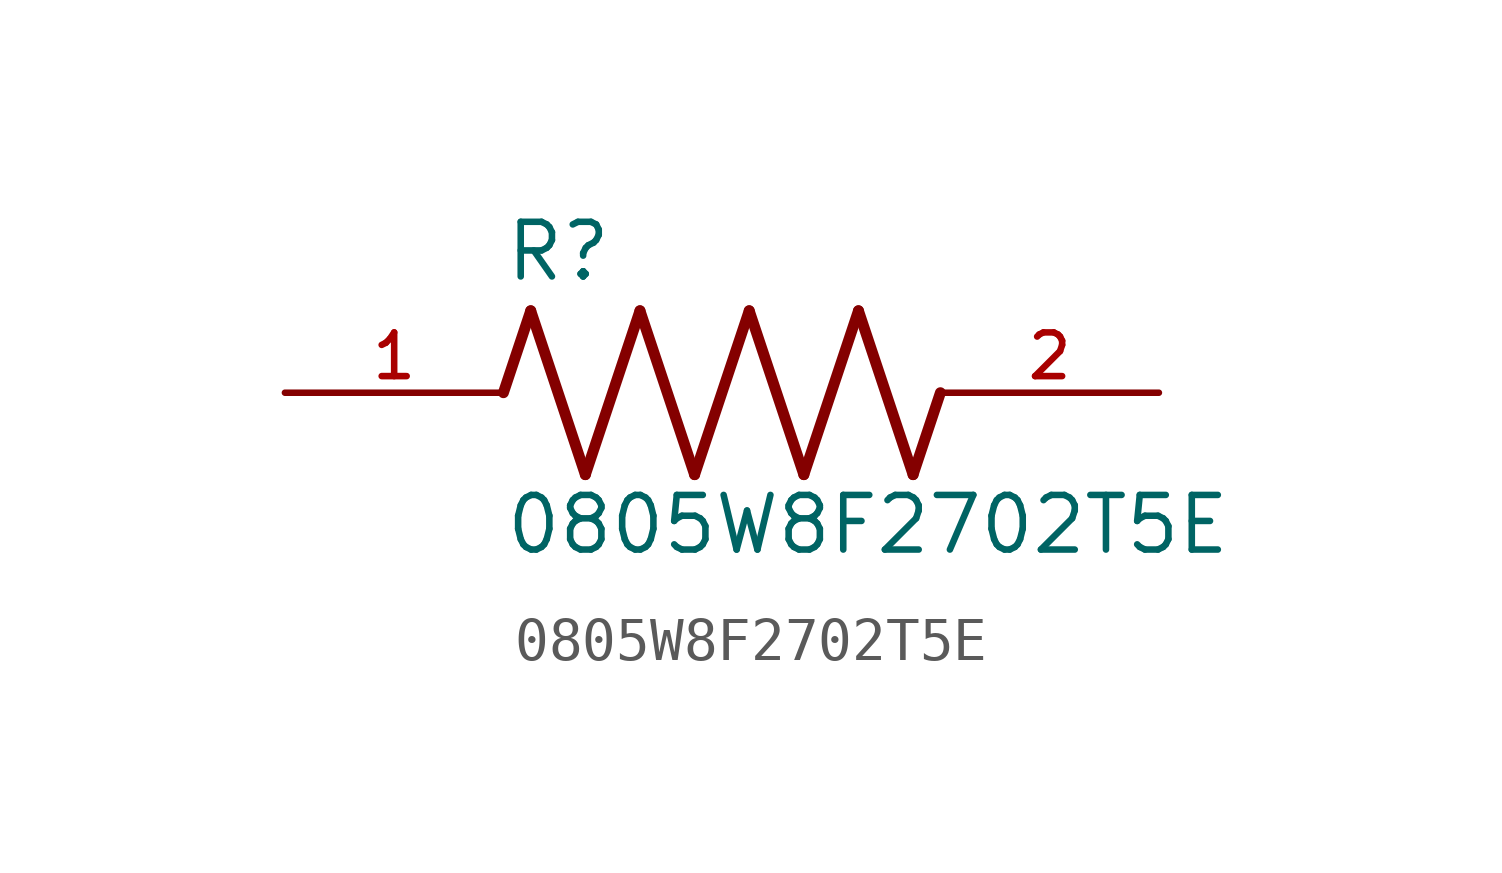
<source format=kicad_sym>
(kicad_symbol_lib
  (version 20211014)
  (generator kicad_symbol_editor)
  (symbol "0805W8F2702T5E"
    (pin_names
      (offset 1.016))
    (property "Reference" "R"
      (at -5.08 2.54 0)
      (effects (font (size 1.27 1.27)) (justify bottom left)))
    (property "Value" "0805W8F2702T5E"
      (at -5.08 -3.81 0)
      (effects (font (size 1.27 1.27)) (justify bottom left)))
    (symbol "0805W8F2702T5E_0_0"
      (polyline (pts (xy -5.08 0.0) (xy -4.445 1.905)) (stroke (width 0.254)))
      (polyline (pts (xy -4.445 1.905) (xy -3.175 -1.905)) (stroke (width 0.254)))
      (polyline (pts (xy -3.175 -1.905) (xy -1.905 1.905)) (stroke (width 0.254)))
      (polyline (pts (xy -1.905 1.905) (xy -0.635 -1.905)) (stroke (width 0.254)))
      (polyline (pts (xy -0.635 -1.905) (xy 0.635 1.905)) (stroke (width 0.254)))
      (polyline (pts (xy 0.635 1.905) (xy 1.905 -1.905)) (stroke (width 0.254)))
      (polyline (pts (xy 1.905 -1.905) (xy 3.175 1.905)) (stroke (width 0.254)))
      (polyline (pts (xy 3.175 1.905) (xy 4.445 -1.905)) (stroke (width 0.254)))
      (polyline (pts (xy 4.445 -1.905) (xy 5.08 0.0)) (stroke (width 0.254)))
      (pin passive line (at -10.16 0.0 0) (length 5.08) (name "~" (effects (font (size 1.016 1.016)))) (number "1" (effects (font (size 1.016 1.016)))))
      (pin passive line (at 10.16 0.0 180.0) (length 5.08) (name "~" (effects (font (size 1.016 1.016)))) (number "2" (effects (font (size 1.016 1.016))))))))
</source>
